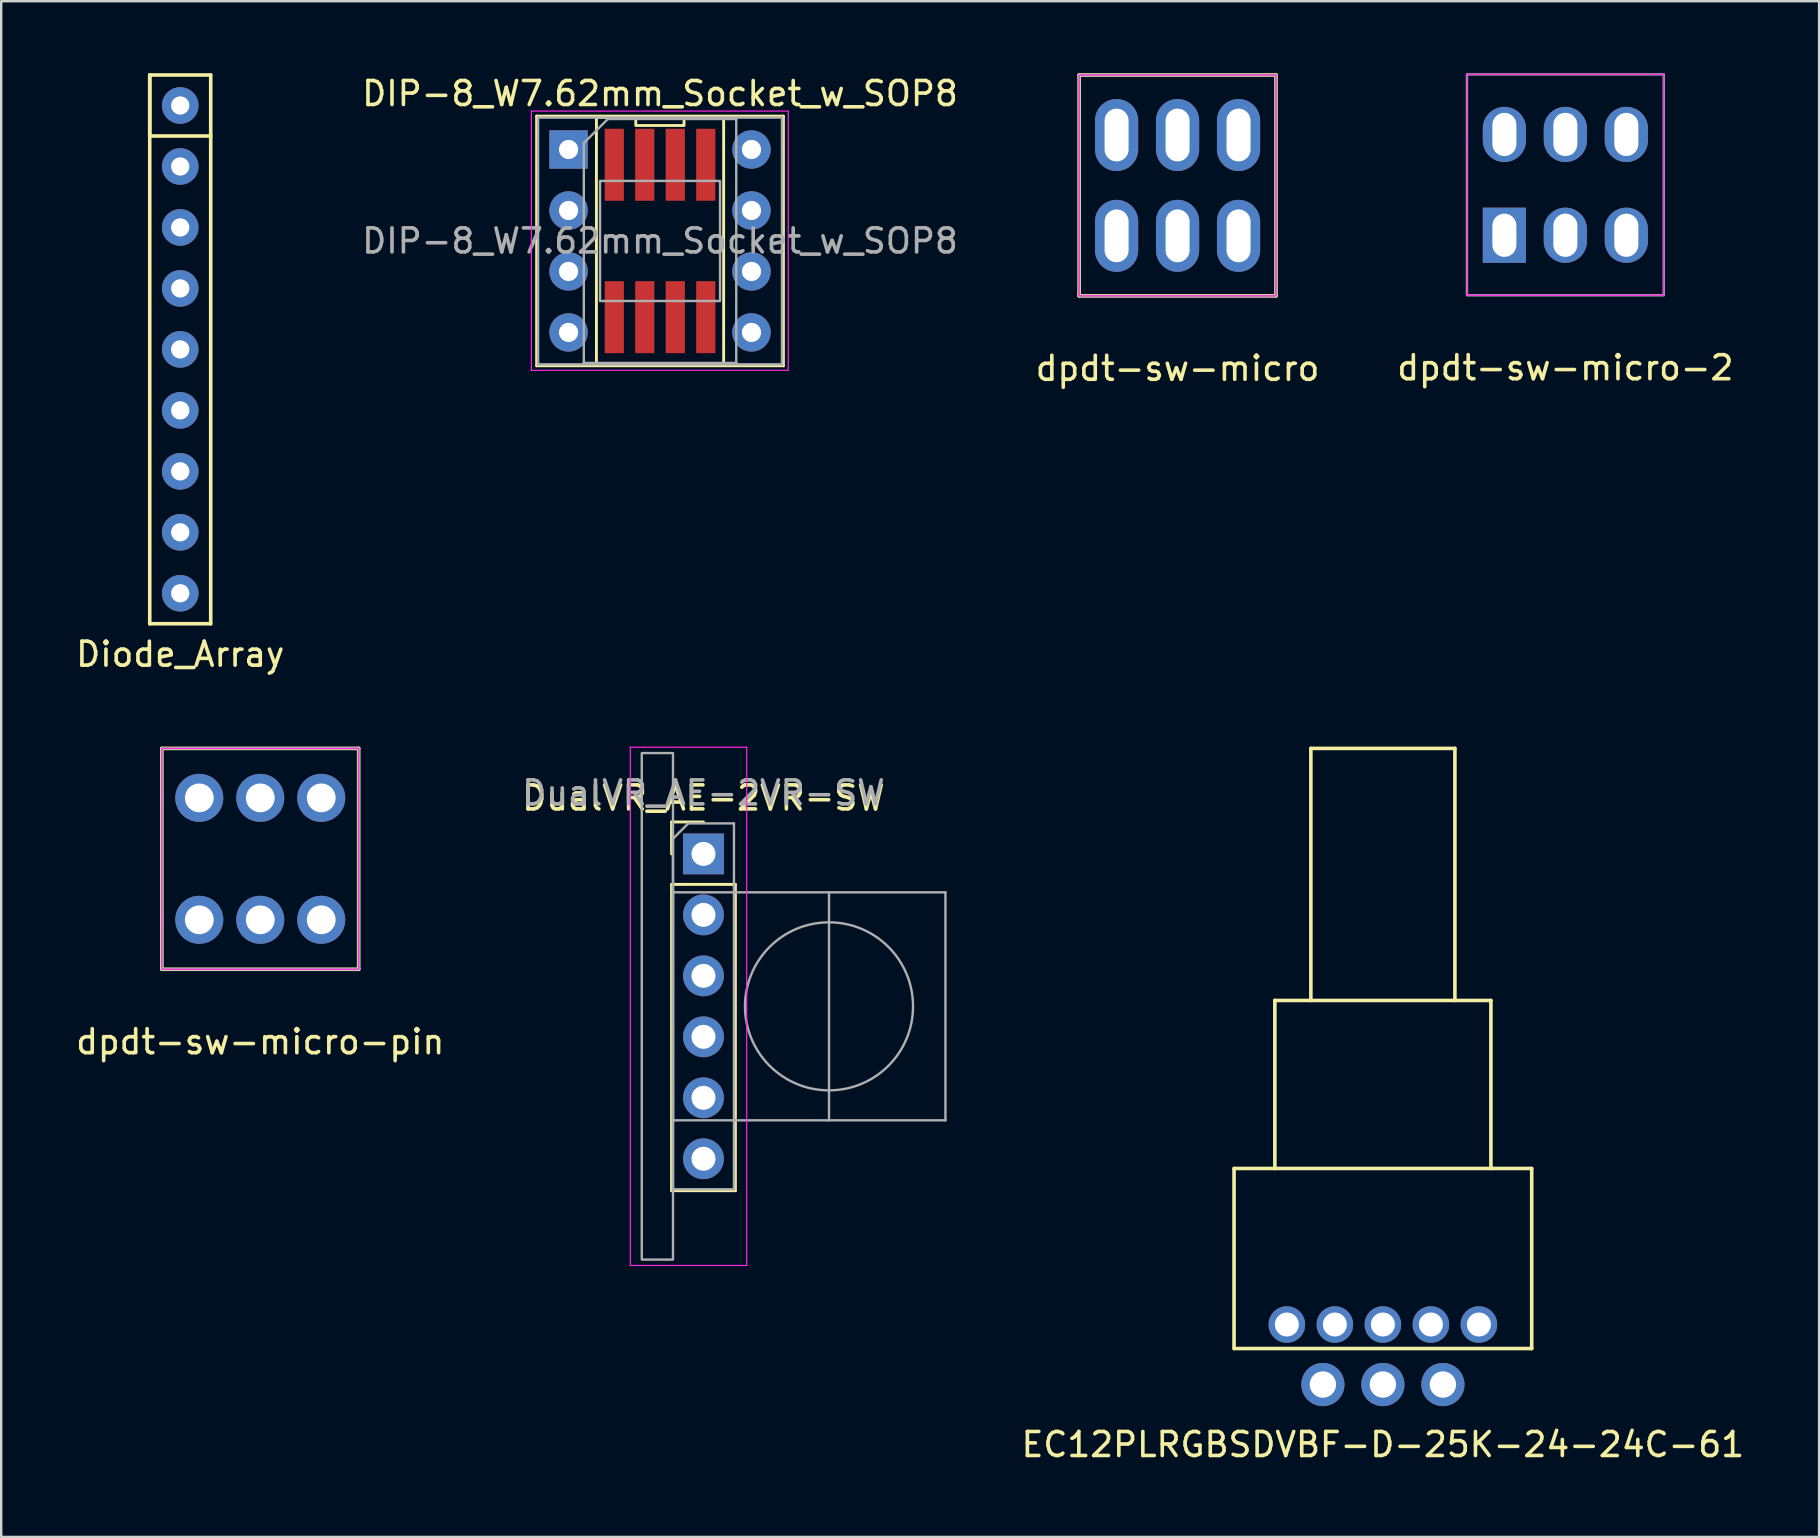
<source format=kicad_pcb>
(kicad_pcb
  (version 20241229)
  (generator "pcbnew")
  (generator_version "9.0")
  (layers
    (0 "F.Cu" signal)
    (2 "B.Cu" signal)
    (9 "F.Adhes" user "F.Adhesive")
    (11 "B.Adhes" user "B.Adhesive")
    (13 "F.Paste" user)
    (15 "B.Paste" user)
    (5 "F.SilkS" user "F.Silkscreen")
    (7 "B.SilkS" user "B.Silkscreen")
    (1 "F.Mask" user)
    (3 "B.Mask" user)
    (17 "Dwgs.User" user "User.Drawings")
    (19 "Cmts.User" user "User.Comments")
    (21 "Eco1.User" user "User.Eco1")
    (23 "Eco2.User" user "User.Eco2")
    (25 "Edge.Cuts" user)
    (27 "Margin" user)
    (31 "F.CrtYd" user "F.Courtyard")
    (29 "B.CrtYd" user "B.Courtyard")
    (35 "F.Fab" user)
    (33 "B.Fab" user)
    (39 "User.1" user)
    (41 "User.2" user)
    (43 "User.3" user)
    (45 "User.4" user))
  (footprint "DIP-8_W7.62mm_Socket_w_SOP8"
    (layer "F.Cu")
    (at 20.636 3.178)
    (property "Reference" "DIP-8_W7.62mm_Socket_w_SOP8" (at 3.81 -2.33 0) (layer "F.SilkS") (effects (font (size 1 1) (thickness 0.15))))
    (attr through_hole)
    (fp_line (start -1.33 -1.39) (end -1.33 9.01) (stroke (width 0.12) (type solid)) (layer "F.SilkS"))
    (fp_line (start -1.33 9.01) (end 8.95 9.01) (stroke (width 0.12) (type solid)) (layer "F.SilkS"))
    (fp_line (start 1.16 -1.33) (end 1.16 8.95) (stroke (width 0.12) (type solid)) (layer "F.SilkS"))
    (fp_line (start 1.16 8.95) (end 6.46 8.95) (stroke (width 0.12) (type solid)) (layer "F.SilkS"))
    (fp_line (start 2.81 -1.33) (end 1.16 -1.33) (stroke (width 0.12) (type solid)) (layer "F.SilkS"))
    (fp_line (start 6.46 -1.33) (end 4.81 -1.33) (stroke (width 0.12) (type solid)) (layer "F.SilkS"))
    (fp_line (start 6.46 8.95) (end 6.46 -1.33) (stroke (width 0.12) (type solid)) (layer "F.SilkS"))
    (fp_line (start 8.95 -1.39) (end -1.33 -1.39) (stroke (width 0.12) (type solid)) (layer "F.SilkS"))
    (fp_line (start 8.95 9.01) (end 8.95 -1.39) (stroke (width 0.12) (type solid)) (layer "F.SilkS"))
    (fp_rect (start 4.81 -1.33) (end 2.8 -1) (stroke (width 0.12) (type solid)) (fill no) (layer "F.SilkS"))
    (fp_line (start -1.55 -1.6) (end -1.55 9.2) (stroke (width 0.05) (type solid)) (layer "F.CrtYd"))
    (fp_line (start -1.55 9.2) (end 9.15 9.2) (stroke (width 0.05) (type solid)) (layer "F.CrtYd"))
    (fp_line (start 9.15 -1.6) (end -1.55 -1.6) (stroke (width 0.05) (type solid)) (layer "F.CrtYd"))
    (fp_line (start 9.15 9.2) (end 9.15 -1.6) (stroke (width 0.05) (type solid)) (layer "F.CrtYd"))
    (fp_line (start -1.27 -1.33) (end -1.27 8.95) (stroke (width 0.1) (type solid)) (layer "F.Fab"))
    (fp_line (start -1.27 8.95) (end 8.89 8.95) (stroke (width 0.1) (type solid)) (layer "F.Fab"))
    (fp_line (start 0.635 -0.27) (end 1.635 -1.27) (stroke (width 0.1) (type solid)) (layer "F.Fab"))
    (fp_line (start 0.635 8.89) (end 0.635 -0.27) (stroke (width 0.1) (type solid)) (layer "F.Fab"))
    (fp_line (start 1.635 -1.27) (end 6.985 -1.27) (stroke (width 0.1) (type solid)) (layer "F.Fab"))
    (fp_line (start 6.985 -1.27) (end 6.985 8.89) (stroke (width 0.1) (type solid)) (layer "F.Fab"))
    (fp_line (start 6.985 8.89) (end 0.635 8.89) (stroke (width 0.1) (type solid)) (layer "F.Fab"))
    (fp_line (start 8.89 -1.33) (end -1.27 -1.33) (stroke (width 0.1) (type solid)) (layer "F.Fab"))
    (fp_line (start 8.89 8.95) (end 8.89 -1.33) (stroke (width 0.1) (type solid)) (layer "F.Fab"))
    (fp_rect (start 6.31 1.31) (end 1.31 6.31) (stroke (width 0.1) (type solid)) (fill no) (layer "F.Fab"))
    (fp_text user "${REFERENCE}" (at 3.81 3.81 0) (layer "F.Fab") (effects (font (size 1 1) (thickness 0.15))))
    (pad "1" thru_hole rect (at 0 0) (size 1.6 1.6) (drill 0.8) (layers "*.Cu" "*.Mask"))
    (pad "1" smd rect (at 1.905 6.985) (size 0.8 3) (layers "F.Cu" "F.Mask" "F.Paste"))
    (pad "2" thru_hole oval (at 0 2.54) (size 1.6 1.6) (drill 0.8) (layers "*.Cu" "*.Mask"))
    (pad "2" smd rect (at 3.175 6.985) (size 0.8 3) (layers "F.Cu" "F.Mask" "F.Paste"))
    (pad "3" thru_hole oval (at 0 5.08) (size 1.6 1.6) (drill 0.8) (layers "*.Cu" "*.Mask"))
    (pad "3" smd rect (at 4.445 6.985) (size 0.8 3) (layers "F.Cu" "F.Mask" "F.Paste"))
    (pad "4" thru_hole oval (at 0 7.62) (size 1.6 1.6) (drill 0.8) (layers "*.Cu" "*.Mask"))
    (pad "4" smd rect (at 5.715 6.985) (size 0.8 3) (layers "F.Cu" "F.Mask" "F.Paste"))
    (pad "5" smd rect (at 5.715 0.635) (size 0.8 3) (layers "F.Cu" "F.Mask" "F.Paste"))
    (pad "5" thru_hole oval (at 7.62 7.62) (size 1.6 1.6) (drill 0.8) (layers "*.Cu" "*.Mask"))
    (pad "6" smd rect (at 4.445 0.635) (size 0.8 3) (layers "F.Cu" "F.Mask" "F.Paste"))
    (pad "6" thru_hole oval (at 7.62 5.08) (size 1.6 1.6) (drill 0.8) (layers "*.Cu" "*.Mask"))
    (pad "7" smd rect (at 3.175 0.635) (size 0.8 3) (layers "F.Cu" "F.Mask" "F.Paste"))
    (pad "7" thru_hole oval (at 7.62 2.54) (size 1.6 1.6) (drill 0.8) (layers "*.Cu" "*.Mask"))
    (pad "8" smd rect (at 1.905 0.635) (size 0.8 3) (layers "F.Cu" "F.Mask" "F.Paste"))
    (pad "8" thru_hole oval (at 7.62 0) (size 1.6 1.6) (drill 0.8) (layers "*.Cu" "*.Mask")))
  (footprint "dpdt-sw-micro-pin"
    (layer "F.Cu")
    (at 7.792 32.728)
    (property "Reference" "dpdt-sw-micro-pin" (at 0 7.62 0) (layer "F.SilkS") (effects (font (size 1 1) (thickness 0.15))))
    (attr through_hole)
    (fp_line (start -4.1 -4.6) (end -4.1 4.6) (stroke (width 0.15) (type solid)) (layer "F.SilkS"))
    (fp_line (start -4.1 4.6) (end 4.1 4.6) (stroke (width 0.15) (type solid)) (layer "F.SilkS"))
    (fp_line (start 4.1 -4.6) (end -4.1 -4.6) (stroke (width 0.15) (type solid)) (layer "F.SilkS"))
    (fp_line (start 4.1 4.6) (end 4.1 -4.6) (stroke (width 0.15) (type solid)) (layer "F.SilkS"))
    (fp_rect (start 4.1 -4.6) (end -4.1 4.6) (stroke (width 0.05) (type solid)) (fill no) (layer "F.CrtYd"))
    (fp_rect (start -4.1 -4.6) (end 4.1 4.6) (stroke (width 0.1) (type solid)) (fill no) (layer "F.Fab"))
    (pad "1" thru_hole circle (at -2.54 2.54) (size 2 2) (drill 1.2) (layers "*.Cu" "*.Mask"))
    (pad "2" thru_hole circle (at 0 2.54) (size 2 2) (drill 1.2) (layers "*.Cu" "*.Mask"))
    (pad "3" thru_hole circle (at 2.54 2.54) (size 2 2) (drill 1.2) (layers "*.Cu" "*.Mask"))
    (pad "4" thru_hole circle (at -2.54 -2.54) (size 2 2) (drill 1.2) (layers "*.Cu" "*.Mask"))
    (pad "5" thru_hole circle (at 0 -2.54) (size 2 2) (drill 1.2) (layers "*.Cu" "*.Mask"))
    (pad "6" thru_hole circle (at 2.54 -2.54) (size 2 2) (drill 1.2) (layers "*.Cu" "*.Mask")))
  (footprint "dpdt-sw-micro"
    (layer "F.Cu")
    (at 46.006 4.675)
    (property "Reference" "dpdt-sw-micro" (at 0 7.62 0) (layer "F.SilkS") (effects (font (size 1 1) (thickness 0.15))))
    (attr through_hole)
    (fp_line (start -4.1 -4.6) (end -4.1 4.6) (stroke (width 0.15) (type solid)) (layer "F.SilkS"))
    (fp_line (start -4.1 4.6) (end 4.1 4.6) (stroke (width 0.15) (type solid)) (layer "F.SilkS"))
    (fp_line (start 4.1 -4.6) (end -4.1 -4.6) (stroke (width 0.15) (type solid)) (layer "F.SilkS"))
    (fp_line (start 4.1 4.6) (end 4.1 -4.6) (stroke (width 0.15) (type solid)) (layer "F.SilkS"))
    (fp_rect (start 0.3 -2.9) (end -0.3 -1.3) (stroke (width 0.12) (type solid)) (fill no) (layer "Cmts.User"))
    (fp_rect (start 4.1 -4.6) (end -4.1 4.6) (stroke (width 0.05) (type solid)) (fill no) (layer "F.CrtYd"))
    (fp_rect (start -4.1 -4.6) (end 4.1 4.6) (stroke (width 0.1) (type solid)) (fill no) (layer "F.Fab"))
    (pad "1" thru_hole oval (at -2.54 2.1) (size 1.8 3) (drill oval 1 2.2) (layers "*.Cu" "*.Mask"))
    (pad "2" thru_hole oval (at 0 2.1) (size 1.8 3) (drill oval 1 2.2) (layers "*.Cu" "*.Mask"))
    (pad "3" thru_hole oval (at 2.54 2.1) (size 1.8 3) (drill oval 1 2.2) (layers "*.Cu" "*.Mask"))
    (pad "4" thru_hole oval (at -2.54 -2.1) (size 1.8 3) (drill oval 1 2.2) (layers "*.Cu" "*.Mask"))
    (pad "5" thru_hole oval (at 0 -2.1) (size 1.8 3) (drill oval 1 2.2) (layers "*.Cu" "*.Mask"))
    (pad "6" thru_hole oval (at 2.54 -2.1) (size 1.8 3) (drill oval 1 2.2) (layers "*.Cu" "*.Mask")))
  (footprint "dpdt-sw-micro-2"
    (layer "F.Cu")
    (at 62.161 4.65)
    (property "Reference" "dpdt-sw-micro-2" (at 0 7.62 0) (layer "F.SilkS") (effects (font (size 1 1) (thickness 0.15))))
    (attr through_hole)
    (fp_rect (start 0.3 -2.9) (end -0.3 -1.3) (stroke (width 0.12) (type solid)) (fill no) (layer "Cmts.User"))
    (fp_rect (start 4.1 -4.6) (end -4.1 4.6) (stroke (width 0.05) (type solid)) (fill no) (layer "F.CrtYd"))
    (fp_rect (start -4.1 -4.6) (end 4.1 4.6) (stroke (width 0.1) (type solid)) (fill no) (layer "F.Fab"))
    (pad "1" thru_hole rect (at -2.54 2.1) (size 1.8 2.3) (drill oval 1 1.8) (layers "*.Cu" "*.Mask"))
    (pad "2" thru_hole oval (at 0 2.1) (size 1.8 2.3) (drill oval 1 1.8) (layers "*.Cu" "*.Mask"))
    (pad "3" thru_hole oval (at 2.54 2.1) (size 1.8 2.3) (drill oval 1 1.8) (layers "*.Cu" "*.Mask"))
    (pad "4" thru_hole oval (at -2.54 -2.1) (size 1.8 2.3) (drill oval 1 1.8) (layers "*.Cu" "*.Mask"))
    (pad "5" thru_hole oval (at 0 -2.1) (size 1.8 2.3) (drill oval 1 1.8) (layers "*.Cu" "*.Mask"))
    (pad "6" thru_hole oval (at 2.54 -2.1) (size 1.8 2.3) (drill oval 1 1.8) (layers "*.Cu" "*.Mask")))
  (footprint "Diode_Array"
    (layer "F.Cu")
    (at 4.458 11.505)
    (property "Reference" "Diode_Array" (at 0 12.7 0) (layer "F.SilkS") (effects (font (size 1 1) (thickness 0.15))))
    (attr through_hole)
    (fp_line (start -1.27 -11.43) (end -1.27 -8.89) (stroke (width 0.15) (type solid)) (layer "F.SilkS"))
    (fp_line (start -1.27 -11.43) (end 1.27 -11.43) (stroke (width 0.15) (type solid)) (layer "F.SilkS"))
    (fp_line (start -1.27 -8.89) (end 1.27 -8.89) (stroke (width 0.15) (type solid)) (layer "F.SilkS"))
    (fp_line (start -1.27 11.43) (end -1.27 -11.43) (stroke (width 0.15) (type solid)) (layer "F.SilkS"))
    (fp_line (start 1.27 -11.43) (end 1.27 11.43) (stroke (width 0.15) (type solid)) (layer "F.SilkS"))
    (fp_line (start 1.27 11.43) (end -1.27 11.43) (stroke (width 0.15) (type solid)) (layer "F.SilkS"))
    (pad "1" thru_hole circle (at 0 -10.16) (size 1.524 1.524) (drill 0.762) (layers "*.Cu" "*.Mask"))
    (pad "2" thru_hole circle (at 0 -7.62) (size 1.524 1.524) (drill 0.762) (layers "*.Cu" "*.Mask"))
    (pad "3" thru_hole circle (at 0 -5.08) (size 1.524 1.524) (drill 0.762) (layers "*.Cu" "*.Mask"))
    (pad "4" thru_hole circle (at 0 -2.54) (size 1.524 1.524) (drill 0.762) (layers "*.Cu" "*.Mask"))
    (pad "5" thru_hole circle (at 0 0) (size 1.524 1.524) (drill 0.762) (layers "*.Cu" "*.Mask"))
    (pad "6" thru_hole circle (at 0 2.54) (size 1.524 1.524) (drill 0.762) (layers "*.Cu" "*.Mask"))
    (pad "7" thru_hole circle (at 0 5.08) (size 1.524 1.524) (drill 0.762) (layers "*.Cu" "*.Mask"))
    (pad "8" thru_hole circle (at 0 7.62) (size 1.524 1.524) (drill 0.762) (layers "*.Cu" "*.Mask"))
    (pad "9" thru_hole circle (at 0 10.16) (size 1.524 1.524) (drill 0.762) (layers "*.Cu" "*.Mask")))
  (footprint "DualVR_AE-2VR-SW"
    (layer "F.Cu")
    (at 26.256 38.873)
    (property "Reference" "DualVR_AE-2VR-SW" (at 0 -8.68 0) (layer "F.SilkS") (effects (font (size 1 1) (thickness 0.15))))
    (attr through_hole)
    (fp_line (start -1.33 -7.68) (end 0 -7.68) (stroke (width 0.12) (type solid)) (layer "F.SilkS"))
    (fp_line (start -1.33 -6.35) (end -1.33 -7.68) (stroke (width 0.12) (type solid)) (layer "F.SilkS"))
    (fp_line (start -1.33 -5.08) (end -1.33 7.68) (stroke (width 0.12) (type solid)) (layer "F.SilkS"))
    (fp_line (start -1.33 -5.08) (end 1.33 -5.08) (stroke (width 0.12) (type solid)) (layer "F.SilkS"))
    (fp_line (start -1.33 7.68) (end 1.33 7.68) (stroke (width 0.12) (type solid)) (layer "F.SilkS"))
    (fp_line (start 1.33 -5.08) (end 1.33 7.68) (stroke (width 0.12) (type solid)) (layer "F.SilkS"))
    (fp_line (start -3.048 -10.795) (end -3.048 10.795) (stroke (width 0.05) (type solid)) (layer "F.CrtYd"))
    (fp_line (start -3.048 10.795) (end 1.8 10.795) (stroke (width 0.05) (type solid)) (layer "F.CrtYd"))
    (fp_line (start 1.8 -10.795) (end -3.048 -10.795) (stroke (width 0.05) (type solid)) (layer "F.CrtYd"))
    (fp_line (start 1.8 10.795) (end 1.8 -10.795) (stroke (width 0.05) (type solid)) (layer "F.CrtYd"))
    (fp_line (start -1.27 -6.985) (end -0.635 -7.62) (stroke (width 0.1) (type solid)) (layer "F.Fab"))
    (fp_line (start -1.27 -4.75) (end -1.27 4.75) (stroke (width 0.1) (type solid)) (layer "F.Fab"))
    (fp_line (start -1.27 4.75) (end 10.08 4.75) (stroke (width 0.1) (type solid)) (layer "F.Fab"))
    (fp_line (start -1.27 7.62) (end -1.27 -6.985) (stroke (width 0.1) (type solid)) (layer "F.Fab"))
    (fp_line (start -0.635 -7.62) (end 1.27 -7.62) (stroke (width 0.1) (type solid)) (layer "F.Fab"))
    (fp_line (start 1.27 -7.62) (end 1.27 7.62) (stroke (width 0.1) (type solid)) (layer "F.Fab"))
    (fp_line (start 1.27 7.62) (end -1.27 7.62) (stroke (width 0.1) (type solid)) (layer "F.Fab"))
    (fp_line (start 5.23 4.75) (end 5.23 -4.75) (stroke (width 0.1) (type solid)) (layer "F.Fab"))
    (fp_line (start 10.08 -4.75) (end -1.27 -4.75) (stroke (width 0.1) (type solid)) (layer "F.Fab"))
    (fp_line (start 10.08 4.75) (end 10.08 -4.75) (stroke (width 0.1) (type solid)) (layer "F.Fab"))
    (fp_rect (start -1.27 10.55) (end -2.57 -10.55) (stroke (width 0.1) (type solid)) (fill no) (layer "F.Fab"))
    (fp_circle (center 5.23 0) (end 8.73 0) (stroke (width 0.1) (type solid)) (fill no) (layer "F.Fab"))
    (fp_text user "${REFERENCE}" (at 0 -8.89 0) (layer "F.Fab") (effects (font (size 1 1) (thickness 0.15))))
    (pad "1" thru_hole rect (at 0 -6.35) (size 1.7 1.7) (drill 1) (layers "*.Cu" "*.Mask"))
    (pad "2" thru_hole oval (at 0 -3.81) (size 1.7 1.7) (drill 1) (layers "*.Cu" "*.Mask"))
    (pad "3" thru_hole oval (at 0 -1.27) (size 1.7 1.7) (drill 1) (layers "*.Cu" "*.Mask"))
    (pad "4" thru_hole oval (at 0 1.27) (size 1.7 1.7) (drill 1) (layers "*.Cu" "*.Mask"))
    (pad "5" thru_hole oval (at 0 3.81) (size 1.7 1.7) (drill 1) (layers "*.Cu" "*.Mask"))
    (pad "6" thru_hole oval (at 0 6.35) (size 1.7 1.7) (drill 1) (layers "*.Cu" "*.Mask")))
  (footprint "EC12PLRGBSDVBF-D-25K-24-24C-61"
    (layer "F.Cu")
    (at 54.559 52.128)
    (property "Reference" "EC12PLRGBSDVBF-D-25K-24-24C-61" (at 0 5 0) (layer "F.SilkS") (effects (font (size 1 1) (thickness 0.15))))
    (attr through_hole)
    (fp_line (start -6.2 -6.5) (end -6.2 1) (stroke (width 0.15) (type solid)) (layer "F.SilkS"))
    (fp_line (start -6.2 1) (end 6.2 1) (stroke (width 0.15) (type solid)) (layer "F.SilkS"))
    (fp_line (start -4.5 -13.5) (end -4.5 -6.5) (stroke (width 0.15) (type solid)) (layer "F.SilkS"))
    (fp_line (start -3 -24) (end -3 -13.5) (stroke (width 0.15) (type solid)) (layer "F.SilkS"))
    (fp_line (start 3 -24) (end -3 -24) (stroke (width 0.15) (type solid)) (layer "F.SilkS"))
    (fp_line (start 3 -13.5) (end 3 -24) (stroke (width 0.15) (type solid)) (layer "F.SilkS"))
    (fp_line (start 4.5 -13.5) (end -4.5 -13.5) (stroke (width 0.15) (type solid)) (layer "F.SilkS"))
    (fp_line (start 4.5 -6.5) (end 4.5 -13.5) (stroke (width 0.15) (type solid)) (layer "F.SilkS"))
    (fp_line (start 6.2 -6.5) (end -6.2 -6.5) (stroke (width 0.15) (type solid)) (layer "F.SilkS"))
    (fp_line (start 6.2 1) (end 6.2 -6.5) (stroke (width 0.15) (type solid)) (layer "F.SilkS"))
    (pad "1" thru_hole circle (at -4 0) (size 1.524 1.524) (drill 1) (layers "*.Cu" "*.Mask"))
    (pad "2" thru_hole circle (at -2 0) (size 1.524 1.524) (drill 1) (layers "*.Cu" "*.Mask"))
    (pad "3" thru_hole circle (at 0 0) (size 1.524 1.524) (drill 1) (layers "*.Cu" "*.Mask"))
    (pad "4" thru_hole circle (at 2 0) (size 1.524 1.524) (drill 1) (layers "*.Cu" "*.Mask"))
    (pad "5" thru_hole circle (at 4 0) (size 1.524 1.524) (drill 1) (layers "*.Cu" "*.Mask"))
    (pad "A" thru_hole circle (at -2.5 2.5) (size 1.8 1.8) (drill 1.1) (layers "*.Cu" "*.Mask"))
    (pad "B" thru_hole circle (at 2.5 2.5) (size 1.8 1.8) (drill 1.1) (layers "*.Cu" "*.Mask"))
    (pad "C" thru_hole circle (at 0 2.5) (size 1.8 1.8) (drill 1.1) (layers "*.Cu" "*.Mask")))
  (gr_rect
    (start -3 -3)
    (end 72.731 60.977)
    (stroke (width 0.1) (type default))
    (fill no)
    (layer "Edge.Cuts")))
</source>
